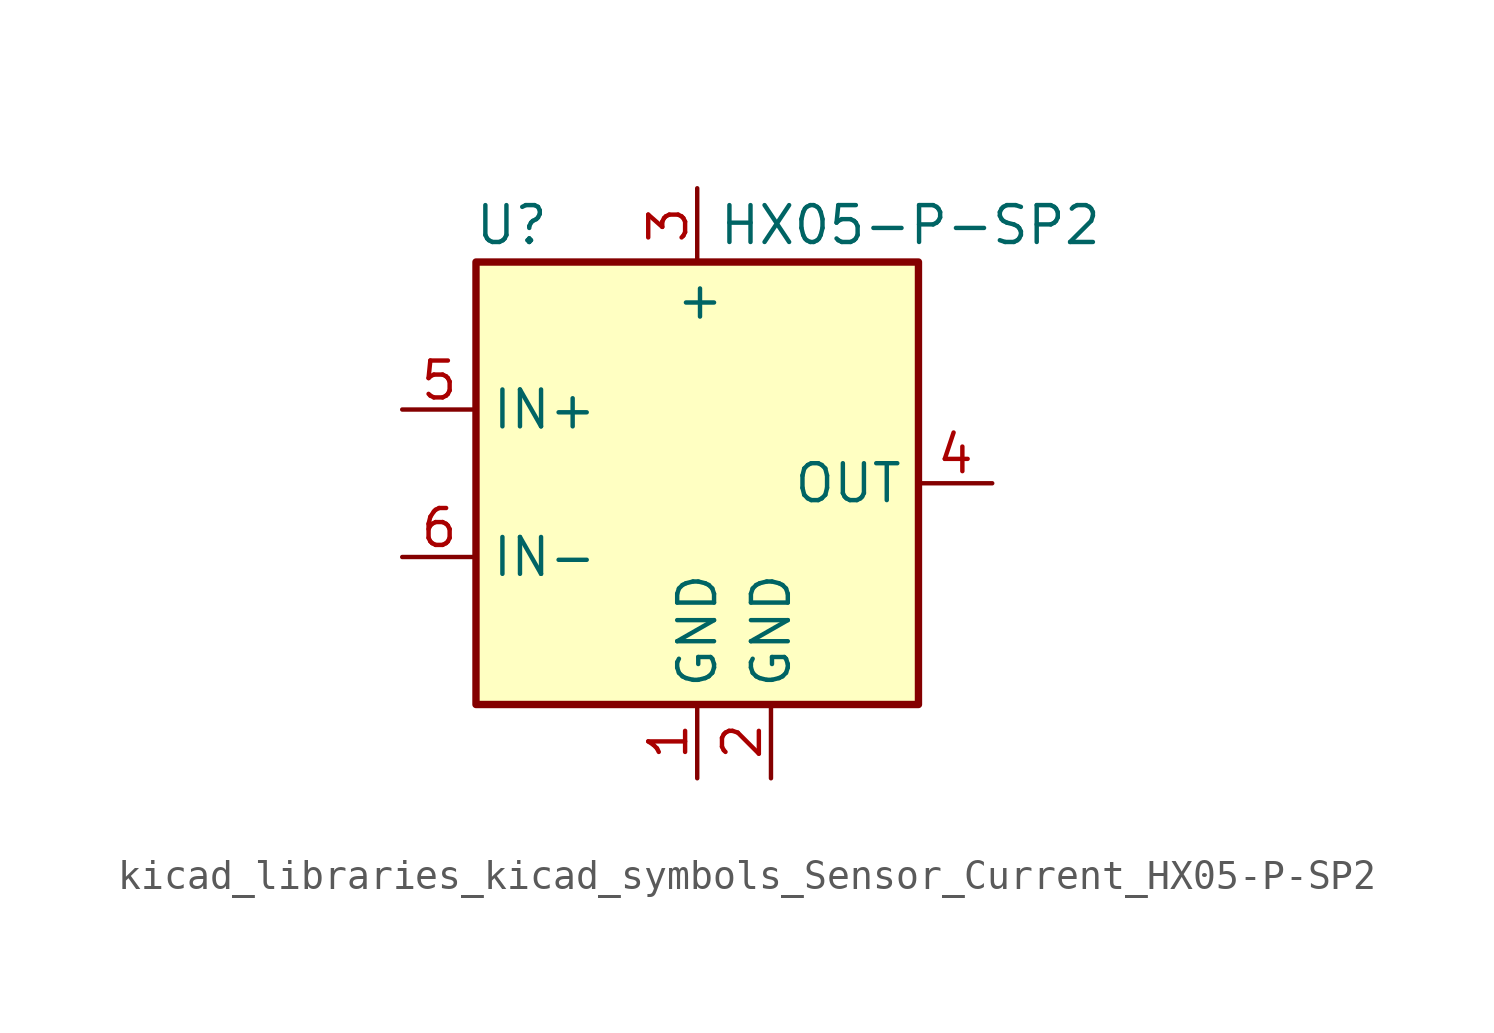
<source format=kicad_sym>
(kicad_symbol_lib
  (version 20220914)
  (generator kicad_symbol_editor)
  (symbol "kicad_libraries_kicad_symbols_Sensor_Current_HX05-P-SP2"
    (property "Reference" "U"
      (at -5.08 8.89 0)
      (effects (font (size 1.27 1.27)) (justify right)))
    (property "Value" "HX05-P-SP2"
      (at 13.97 8.89 0)
      (effects (font (size 1.27 1.27)) (justify right)))
    (symbol "kicad_libraries_kicad_symbols_Sensor_Current_HX05-P-SP2_0_1"
      (rectangle (start -7.62 7.62) (end 7.62 -7.62) (stroke (width 0.254) (type default)) (fill (type background))))
    (symbol "kicad_libraries_kicad_symbols_Sensor_Current_HX05-P-SP2_1_1"
      (pin power_in line (at 0 -10.16 90) (length 2.54) (name "GND" (effects (font (size 1.27 1.27)))) (number "1" (effects (font (size 1.27 1.27)))))
      (pin power_in line (at 2.54 -10.16 90) (length 2.54) (name "GND" (effects (font (size 1.27 1.27)))) (number "2" (effects (font (size 1.27 1.27)))))
      (pin power_in line (at 0 10.16 270) (length 2.54) (name "+" (effects (font (size 1.27 1.27)))) (number "3" (effects (font (size 1.27 1.27)))))
      (pin output line (at 10.16 0 180) (length 2.54) (name "OUT" (effects (font (size 1.27 1.27)))) (number "4" (effects (font (size 1.27 1.27)))))
      (pin passive line (at -10.16 2.54 0) (length 2.54) (name "IN+" (effects (font (size 1.27 1.27)))) (number "5" (effects (font (size 1.27 1.27)))))
      (pin passive line (at -10.16 -2.54 0) (length 2.54) (name "IN-" (effects (font (size 1.27 1.27)))) (number "6" (effects (font (size 1.27 1.27))))))))
</source>
